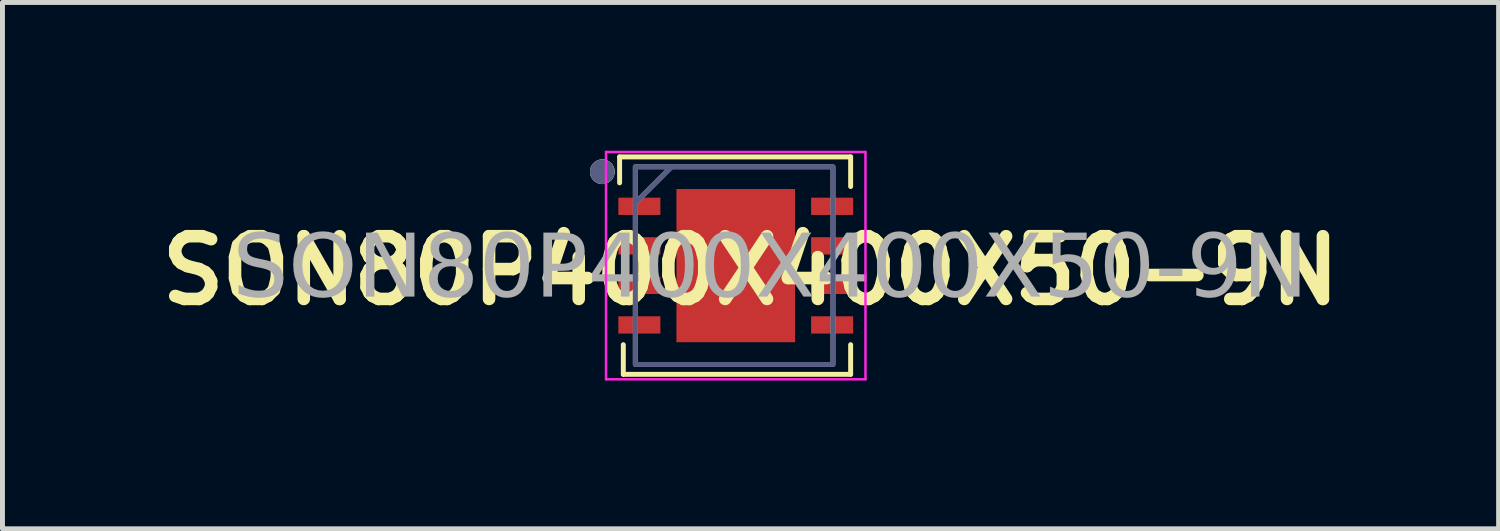
<source format=kicad_pcb>
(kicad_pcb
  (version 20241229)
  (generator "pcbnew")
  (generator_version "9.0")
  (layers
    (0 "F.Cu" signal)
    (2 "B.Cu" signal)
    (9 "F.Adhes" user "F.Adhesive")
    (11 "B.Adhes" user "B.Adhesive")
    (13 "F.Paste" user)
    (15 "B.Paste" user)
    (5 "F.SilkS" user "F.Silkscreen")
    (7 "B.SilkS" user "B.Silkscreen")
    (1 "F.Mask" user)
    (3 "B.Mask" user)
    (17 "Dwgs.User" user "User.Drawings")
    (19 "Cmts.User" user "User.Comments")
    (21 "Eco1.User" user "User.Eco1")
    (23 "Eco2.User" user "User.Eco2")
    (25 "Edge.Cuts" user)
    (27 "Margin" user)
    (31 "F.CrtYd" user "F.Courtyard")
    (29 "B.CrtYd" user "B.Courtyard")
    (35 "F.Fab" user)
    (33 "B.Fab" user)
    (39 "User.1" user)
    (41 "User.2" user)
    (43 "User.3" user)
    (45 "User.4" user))
  (footprint "SON80P400X400X50-9N"
    (layer "F.Cu")
    (at 11.863 2.325)
    (property "Reference" "SON80P400X400X50-9N" (at 0.275 0.1 0) (layer "F.SilkS") (effects (font (size 1.27 1.27) (thickness 0.254))))
    (attr smd)
    (fp_line (start -2.375 -2.2) (end 2.3 -2.2) (stroke (width 0.1) (type default)) (layer "F.SilkS"))
    (fp_line (start -2.375 -1.675) (end -2.375 -2.2) (stroke (width 0.1) (type default)) (layer "F.SilkS"))
    (fp_line (start -2.3 1.6) (end -2.3 2.2) (stroke (width 0.1) (type default)) (layer "F.SilkS"))
    (fp_line (start -2.3 2.2) (end 2.3 2.2) (stroke (width 0.1) (type default)) (layer "F.SilkS"))
    (fp_line (start 2.3 -2.2) (end 2.3 -1.6) (stroke (width 0.1) (type default)) (layer "F.SilkS"))
    (fp_line (start 2.3 2.2) (end 2.3 1.6) (stroke (width 0.1) (type default)) (layer "F.SilkS"))
    (fp_circle (center -2.725 -1.9) (end -2.725 -1.775) (stroke (width 0.25) (type solid)) (fill no) (layer "F.SilkS"))
    (fp_line (start -2.65 -2.3) (end 2.6 -2.3) (stroke (width 0.05) (type solid)) (layer "F.CrtYd"))
    (fp_line (start -2.65 2.3) (end -2.65 -2.3) (stroke (width 0.05) (type solid)) (layer "F.CrtYd"))
    (fp_line (start 2.6 -2.3) (end 2.6 2.3) (stroke (width 0.05) (type solid)) (layer "F.CrtYd"))
    (fp_line (start 2.6 2.3) (end -2.65 2.3) (stroke (width 0.05) (type solid)) (layer "F.CrtYd"))
    (fp_line (start -2.025 -1.3) (end -1.325 -2) (stroke (width 0.1) (type default)) (layer "B.Fab"))
    (fp_rect (start -2.057 -2) (end 1.943 2) (stroke (width 0.1) (type default)) (fill no) (layer "B.Fab"))
    (fp_circle (center -2.725 -1.9) (end -2.6 -1.9) (stroke (width 0.25) (type solid)) (fill no) (layer "B.Fab"))
    (fp_line (start -2.025 -1.3) (end -1.325 -2) (stroke (width 0.1) (type default)) (layer "F.Fab"))
    (fp_rect (start -2.057 -2) (end 1.943 2) (stroke (width 0.1) (type default)) (fill no) (layer "F.Fab"))
    (fp_circle (center -2.725 -1.9) (end -2.6 -1.9) (stroke (width 0.25) (type solid)) (fill no) (layer "F.Fab"))
    (fp_text user "${REFERENCE}" (at 0.675 0.1 0) (layer "F.Fab") (effects (font (face "Arial") (size 1.27 1.27) (thickness 0.254))))
    (pad "1" smd rect (at -1.975 -1.2 90) (size 0.35 0.85) (layers "F.Cu" "F.Mask" "F.Paste"))
    (pad "2" smd rect (at -1.975 -0.4 90) (size 0.35 0.85) (layers "F.Cu" "F.Mask" "F.Paste"))
    (pad "3" smd rect (at -1.975 0.4 90) (size 0.35 0.85) (layers "F.Cu" "F.Mask" "F.Paste"))
    (pad "4" smd rect (at -1.975 1.2 90) (size 0.35 0.85) (layers "F.Cu" "F.Mask" "F.Paste"))
    (pad "5" smd rect (at 1.925 1.2 90) (size 0.35 0.85) (layers "F.Cu" "F.Mask" "F.Paste"))
    (pad "6" smd rect (at 1.925 0.4 90) (size 0.35 0.85) (layers "F.Cu" "F.Mask" "F.Paste"))
    (pad "7" smd rect (at 1.925 -0.4 90) (size 0.35 0.85) (layers "F.Cu" "F.Mask" "F.Paste"))
    (pad "8" smd rect (at 1.925 -1.2 90) (size 0.35 0.85) (layers "F.Cu" "F.Mask" "F.Paste"))
    (pad "9" smd rect (at -0.025 0) (size 2.4 3.1) (layers "F.Cu" "F.Mask" "F.Paste")))
  (gr_rect
    (start -3 -3)
    (end 27.275 7.65)
    (stroke (width 0.1) (type default))
    (fill no)
    (layer "Edge.Cuts")))
</source>
